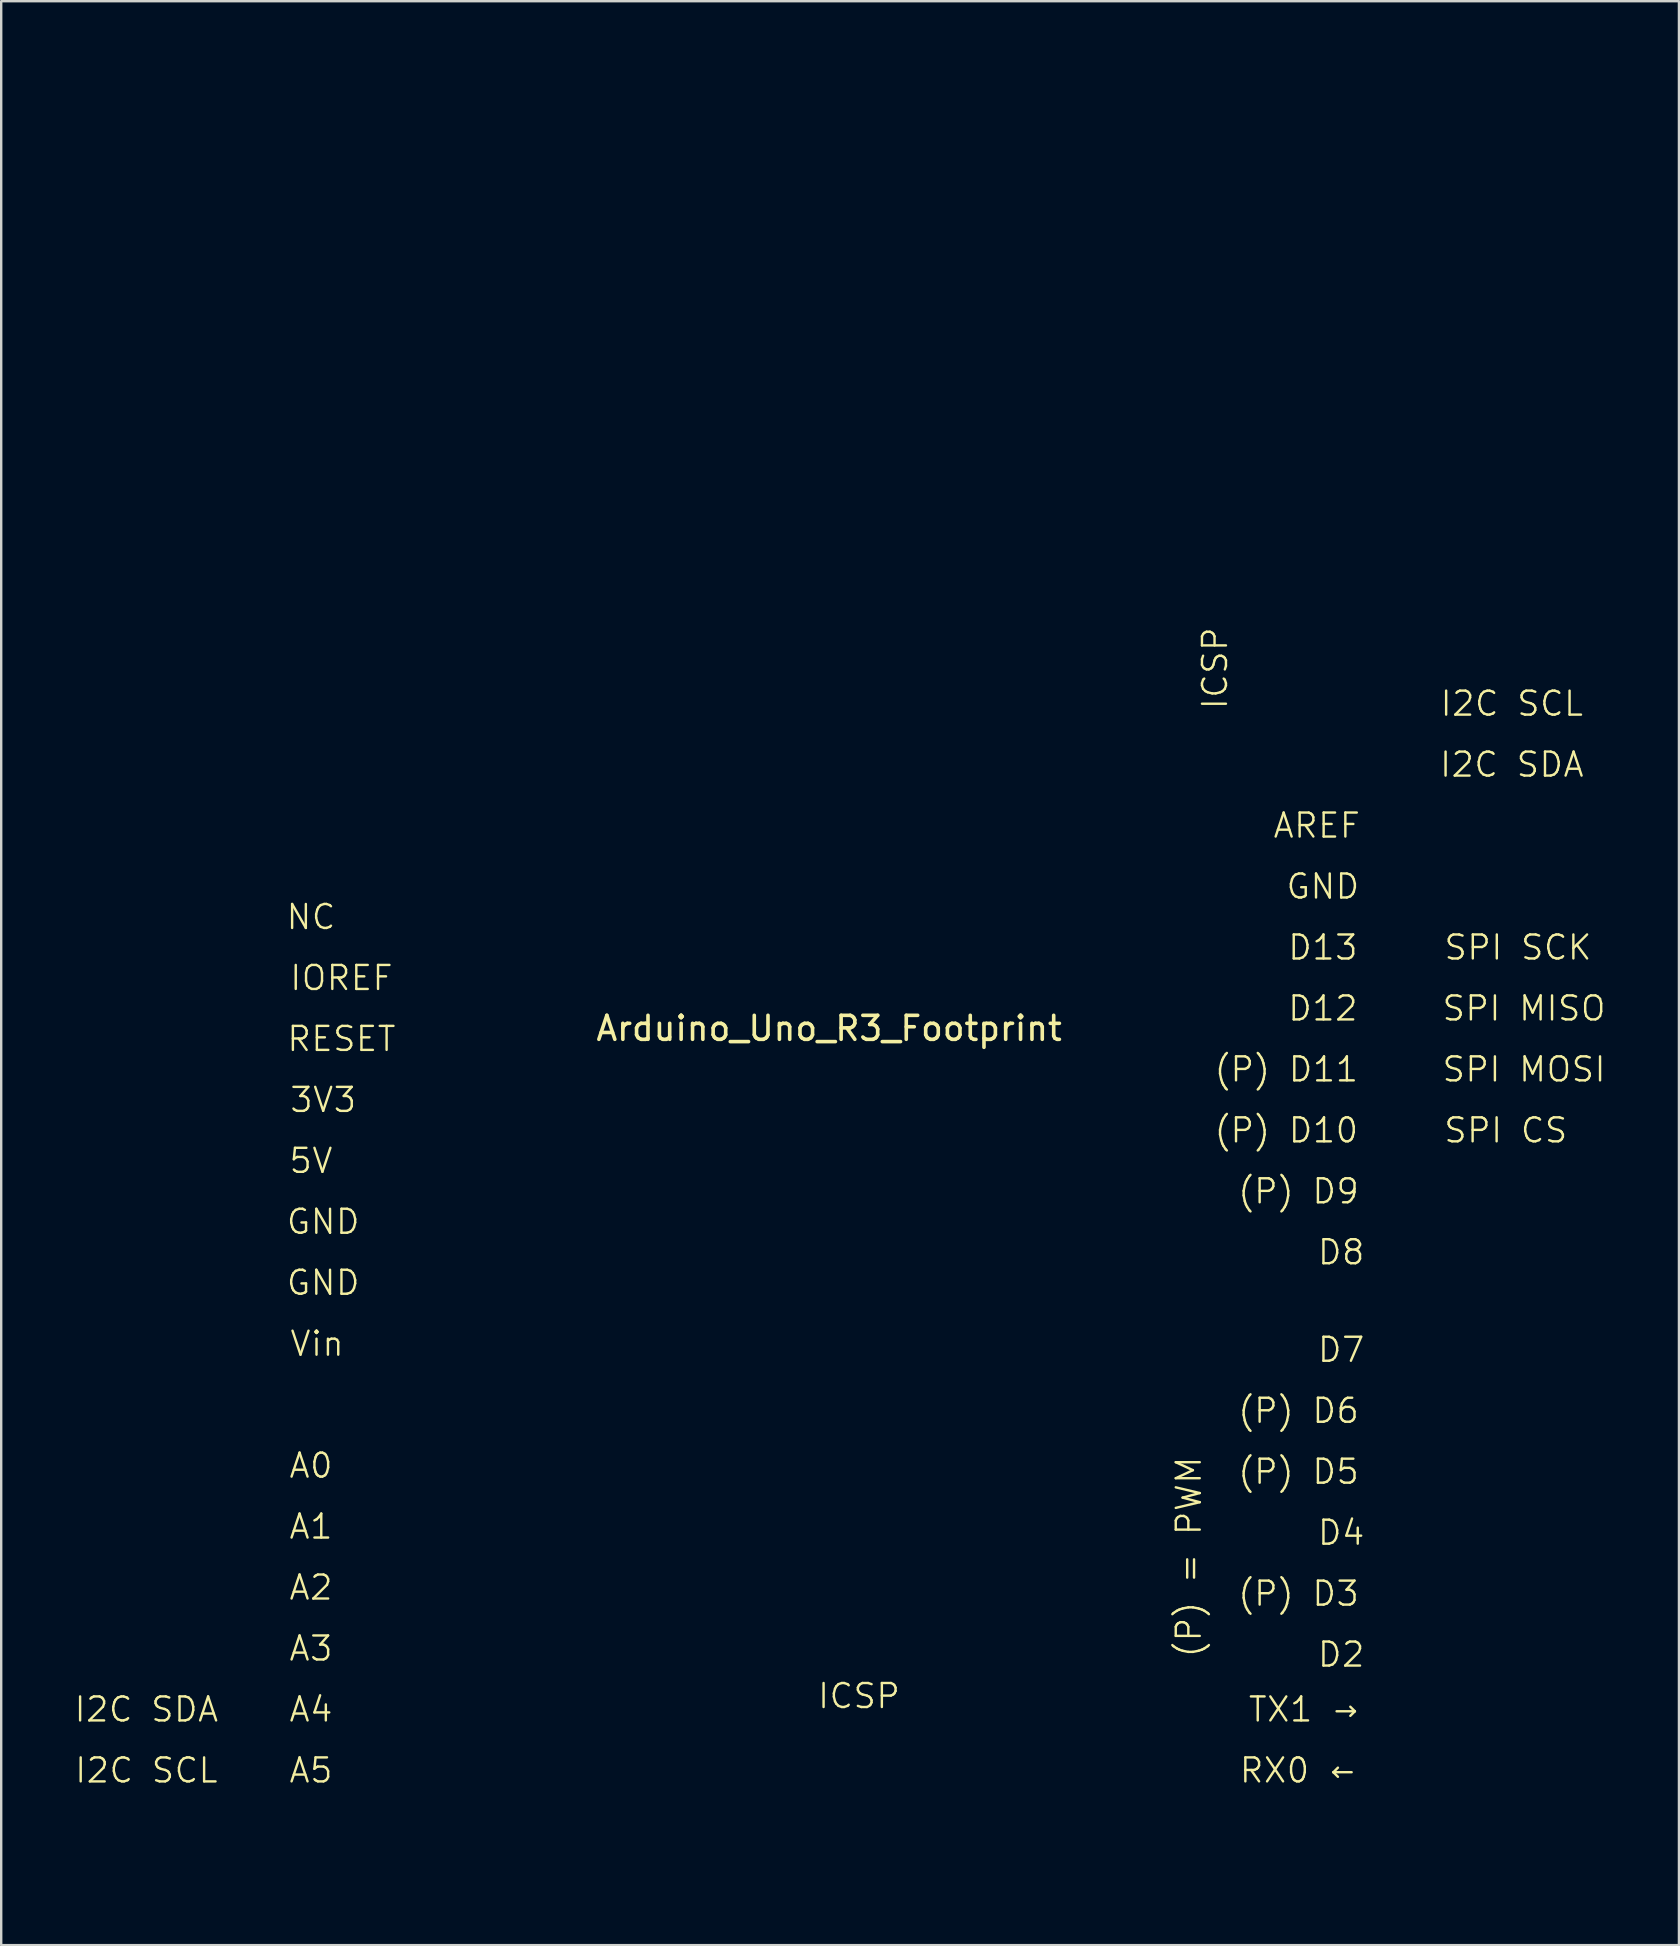
<source format=kicad_pcb>
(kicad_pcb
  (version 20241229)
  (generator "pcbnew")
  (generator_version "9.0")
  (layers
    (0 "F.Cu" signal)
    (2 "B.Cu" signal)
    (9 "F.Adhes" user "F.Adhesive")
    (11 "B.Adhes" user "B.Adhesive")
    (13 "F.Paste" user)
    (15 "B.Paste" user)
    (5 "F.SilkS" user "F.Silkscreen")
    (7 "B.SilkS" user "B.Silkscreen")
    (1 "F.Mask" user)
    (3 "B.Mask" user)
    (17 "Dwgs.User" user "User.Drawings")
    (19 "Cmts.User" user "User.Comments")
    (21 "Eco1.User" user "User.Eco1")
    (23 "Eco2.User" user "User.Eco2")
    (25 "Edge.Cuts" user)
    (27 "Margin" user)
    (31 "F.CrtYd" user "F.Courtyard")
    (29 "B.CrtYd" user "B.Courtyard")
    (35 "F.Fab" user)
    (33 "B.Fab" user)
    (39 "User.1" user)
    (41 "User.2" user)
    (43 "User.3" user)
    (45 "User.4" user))
  (footprint "Arduino_Uno_R3_Footprint"
    (layer "F.Cu")
    (at 31.498 41.001)
    (property "Reference" "Arduino_Uno_R3_Footprint" (at 0 -1.2 0) (layer "F.SilkS") (effects (font (size 1 1) (thickness 0.15))))
    (attr through_hole)
    (fp_line (start -26.5 -34) (end -22.7 -34) (stroke (width 0.001) (type solid)) (layer "F.SilkS"))
    (fp_line (start -26.5 26.35) (end -26.5 -34) (stroke (width 0.001) (type solid)) (layer "F.SilkS"))
    (fp_line (start -26.5 31.5) (end -26.5 30.35) (stroke (width 0.001) (type solid)) (layer "F.SilkS"))
    (fp_line (start -25.222 -7.315) (end -25.222 13.005) (stroke (width 0.001) (type solid)) (layer "F.SilkS"))
    (fp_line (start -25.222 13.005) (end -22.682 13.005) (stroke (width 0.001) (type solid)) (layer "F.SilkS"))
    (fp_line (start -25.222 15.545) (end -25.222 30.785) (stroke (width 0.001) (type solid)) (layer "F.SilkS"))
    (fp_line (start -25.222 30.785) (end -22.682 30.785) (stroke (width 0.001) (type solid)) (layer "F.SilkS"))
    (fp_line (start -24.5 31.5) (end -26.5 31.5) (stroke (width 0.001) (type solid)) (layer "F.SilkS"))
    (fp_line (start -24.5 31.5) (end -22.05 34) (stroke (width 0.001) (type solid)) (layer "F.SilkS"))
    (fp_line (start -22.7 -36) (end -22.7 -22) (stroke (width 0.001) (type solid)) (layer "F.SilkS"))
    (fp_line (start -22.7 -22) (end -13.8 -22) (stroke (width 0.001) (type solid)) (layer "F.SilkS"))
    (fp_line (start -22.682 -7.315) (end -25.222 -7.315) (stroke (width 0.001) (type solid)) (layer "F.SilkS"))
    (fp_line (start -22.682 13.005) (end -22.682 -7.315) (stroke (width 0.001) (type solid)) (layer "F.SilkS"))
    (fp_line (start -22.682 15.545) (end -25.222 15.545) (stroke (width 0.001) (type solid)) (layer "F.SilkS"))
    (fp_line (start -22.682 30.785) (end -22.682 15.545) (stroke (width 0.001) (type solid)) (layer "F.SilkS"))
    (fp_line (start -22.05 34) (end 10.95 34) (stroke (width 0.001) (type solid)) (layer "F.SilkS"))
    (fp_line (start -13.8 -36) (end -22.7 -36) (stroke (width 0.001) (type solid)) (layer "F.SilkS"))
    (fp_line (start -13.8 -34) (end 5.6 -34) (stroke (width 0.001) (type solid)) (layer "F.SilkS"))
    (fp_line (start -13.8 -22) (end -13.8 -36) (stroke (width 0.001) (type solid)) (layer "F.SilkS"))
    (fp_line (start -2.565 28.143) (end -2.311 27.889) (stroke (width 0.001) (type solid)) (layer "F.SilkS"))
    (fp_line (start -2.565 32.715) (end -2.565 28.143) (stroke (width 0.001) (type solid)) (layer "F.SilkS"))
    (fp_line (start -2.565 32.715) (end -2.311 32.969) (stroke (width 0.001) (type solid)) (layer "F.SilkS"))
    (fp_line (start -2.311 27.889) (end -0.279 27.889) (stroke (width 0.001) (type solid)) (layer "F.SilkS"))
    (fp_line (start -1.549 28.905) (end -1.549 29.413) (stroke (width 0.001) (type solid)) (layer "F.SilkS"))
    (fp_line (start -1.549 28.905) (end -1.041 29.413) (stroke (width 0.001) (type solid)) (layer "F.SilkS"))
    (fp_line (start -1.549 29.413) (end -1.041 29.413) (stroke (width 0.001) (type solid)) (layer "F.SilkS"))
    (fp_line (start -1.549 31.445) (end -1.549 31.953) (stroke (width 0.001) (type solid)) (layer "F.SilkS"))
    (fp_line (start -1.549 31.953) (end -1.524 31.953) (stroke (width 0.001) (type solid)) (layer "F.SilkS"))
    (fp_line (start -1.524 31.445) (end -1.549 31.445) (stroke (width 0.001) (type solid)) (layer "F.SilkS"))
    (fp_line (start -1.524 31.445) (end -1.295 31.445) (stroke (width 0.001) (type solid)) (layer "F.SilkS"))
    (fp_line (start -1.295 31.445) (end -1.041 31.445) (stroke (width 0.001) (type solid)) (layer "F.SilkS"))
    (fp_line (start -1.041 28.905) (end -1.549 28.905) (stroke (width 0.001) (type solid)) (layer "F.SilkS"))
    (fp_line (start -1.041 28.905) (end -1.549 29.413) (stroke (width 0.001) (type solid)) (layer "F.SilkS"))
    (fp_line (start -1.041 29.159) (end -1.041 28.905) (stroke (width 0.001) (type solid)) (layer "F.SilkS"))
    (fp_line (start -1.041 29.413) (end -1.041 29.159) (stroke (width 0.001) (type solid)) (layer "F.SilkS"))
    (fp_line (start -1.041 31.445) (end -1.549 31.953) (stroke (width 0.001) (type solid)) (layer "F.SilkS"))
    (fp_line (start -1.041 31.445) (end -1.041 31.953) (stroke (width 0.001) (type solid)) (layer "F.SilkS"))
    (fp_line (start -1.041 31.953) (end -1.549 31.445) (stroke (width 0.001) (type solid)) (layer "F.SilkS"))
    (fp_line (start -1.041 31.953) (end -1.524 31.953) (stroke (width 0.001) (type solid)) (layer "F.SilkS"))
    (fp_line (start -0.279 27.889) (end -0.025 28.143) (stroke (width 0.001) (type solid)) (layer "F.SilkS"))
    (fp_line (start -0.279 32.969) (end -2.311 32.969) (stroke (width 0.001) (type solid)) (layer "F.SilkS"))
    (fp_line (start -0.025 28.143) (end -0.025 32.715) (stroke (width 0.001) (type solid)) (layer "F.SilkS"))
    (fp_line (start -0.025 28.143) (end 0.229 27.889) (stroke (width 0.001) (type solid)) (layer "F.SilkS"))
    (fp_line (start -0.025 32.715) (end -0.279 32.969) (stroke (width 0.001) (type solid)) (layer "F.SilkS"))
    (fp_line (start -0.025 32.715) (end 0.229 32.969) (stroke (width 0.001) (type solid)) (layer "F.SilkS"))
    (fp_line (start 0.229 27.889) (end 2.261 27.889) (stroke (width 0.001) (type solid)) (layer "F.SilkS"))
    (fp_line (start 0.991 28.905) (end 1.245 28.905) (stroke (width 0.001) (type solid)) (layer "F.SilkS"))
    (fp_line (start 0.991 28.905) (end 1.499 29.413) (stroke (width 0.001) (type solid)) (layer "F.SilkS"))
    (fp_line (start 0.991 29.413) (end 0.991 28.905) (stroke (width 0.001) (type solid)) (layer "F.SilkS"))
    (fp_line (start 0.991 31.445) (end 1.245 31.445) (stroke (width 0.001) (type solid)) (layer "F.SilkS"))
    (fp_line (start 0.991 31.445) (end 1.499 31.953) (stroke (width 0.001) (type solid)) (layer "F.SilkS"))
    (fp_line (start 0.991 31.953) (end 0.991 31.445) (stroke (width 0.001) (type solid)) (layer "F.SilkS"))
    (fp_line (start 1.245 28.905) (end 1.499 28.905) (stroke (width 0.001) (type solid)) (layer "F.SilkS"))
    (fp_line (start 1.245 31.445) (end 1.499 31.445) (stroke (width 0.001) (type solid)) (layer "F.SilkS"))
    (fp_line (start 1.499 28.905) (end 0.991 29.413) (stroke (width 0.001) (type solid)) (layer "F.SilkS"))
    (fp_line (start 1.499 28.905) (end 1.499 29.413) (stroke (width 0.001) (type solid)) (layer "F.SilkS"))
    (fp_line (start 1.499 29.413) (end 0.991 29.413) (stroke (width 0.001) (type solid)) (layer "F.SilkS"))
    (fp_line (start 1.499 31.445) (end 0.991 31.953) (stroke (width 0.001) (type solid)) (layer "F.SilkS"))
    (fp_line (start 1.499 31.445) (end 1.499 31.953) (stroke (width 0.001) (type solid)) (layer "F.SilkS"))
    (fp_line (start 1.499 31.953) (end 0.991 31.953) (stroke (width 0.001) (type solid)) (layer "F.SilkS"))
    (fp_line (start 2.261 32.969) (end 0.229 32.969) (stroke (width 0.001) (type solid)) (layer "F.SilkS"))
    (fp_line (start 2.261 32.969) (end 2.515 32.715) (stroke (width 0.001) (type solid)) (layer "F.SilkS"))
    (fp_line (start 2.515 28.143) (end 2.261 27.889) (stroke (width 0.001) (type solid)) (layer "F.SilkS"))
    (fp_line (start 2.515 28.143) (end 2.769 27.889) (stroke (width 0.001) (type solid)) (layer "F.SilkS"))
    (fp_line (start 2.515 32.715) (end 2.515 28.143) (stroke (width 0.001) (type solid)) (layer "F.SilkS"))
    (fp_line (start 2.515 32.715) (end 2.769 32.969) (stroke (width 0.001) (type solid)) (layer "F.SilkS"))
    (fp_line (start 2.769 27.889) (end 4.801 27.889) (stroke (width 0.001) (type solid)) (layer "F.SilkS"))
    (fp_line (start 3.531 31.445) (end 3.785 31.445) (stroke (width 0.001) (type solid)) (layer "F.SilkS"))
    (fp_line (start 3.531 31.953) (end 3.531 31.445) (stroke (width 0.001) (type solid)) (layer "F.SilkS"))
    (fp_line (start 3.785 31.445) (end 4.039 31.445) (stroke (width 0.001) (type solid)) (layer "F.SilkS"))
    (fp_line (start 4.039 31.445) (end 3.531 31.953) (stroke (width 0.001) (type solid)) (layer "F.SilkS"))
    (fp_line (start 4.039 31.445) (end 4.039 31.953) (stroke (width 0.001) (type solid)) (layer "F.SilkS"))
    (fp_line (start 4.039 31.953) (end 3.531 31.445) (stroke (width 0.001) (type solid)) (layer "F.SilkS"))
    (fp_line (start 4.039 31.953) (end 3.531 31.953) (stroke (width 0.001) (type solid)) (layer "F.SilkS"))
    (fp_line (start 4.801 32.969) (end 2.769 32.969) (stroke (width 0.001) (type solid)) (layer "F.SilkS"))
    (fp_line (start 4.801 32.969) (end 5.055 32.715) (stroke (width 0.001) (type solid)) (layer "F.SilkS"))
    (fp_line (start 5.055 28.143) (end 4.801 27.889) (stroke (width 0.001) (type solid)) (layer "F.SilkS"))
    (fp_line (start 5.055 28.143) (end 5.055 32.715) (stroke (width 0.001) (type solid)) (layer "F.SilkS"))
    (fp_line (start 5.6 -41) (end 5.6 -24.7) (stroke (width 0.001) (type solid)) (layer "F.SilkS"))
    (fp_line (start 5.6 -24.7) (end 17.8 -24.7) (stroke (width 0.001) (type solid)) (layer "F.SilkS"))
    (fp_line (start 10.95 34) (end 13.4 31.5) (stroke (width 0.001) (type solid)) (layer "F.SilkS"))
    (fp_line (start 13.4 31.5) (end 24.9 31.5) (stroke (width 0.001) (type solid)) (layer "F.SilkS"))
    (fp_line (start 17.348 -19.761) (end 17.348 -17.729) (stroke (width 0.001) (type solid)) (layer "F.SilkS"))
    (fp_line (start 17.348 -19.761) (end 17.602 -20.015) (stroke (width 0.001) (type solid)) (layer "F.SilkS"))
    (fp_line (start 17.348 -17.221) (end 17.348 -15.189) (stroke (width 0.001) (type solid)) (layer "F.SilkS"))
    (fp_line (start 17.348 -17.221) (end 17.602 -17.475) (stroke (width 0.001) (type solid)) (layer "F.SilkS"))
    (fp_line (start 17.348 -14.681) (end 17.348 -12.649) (stroke (width 0.001) (type solid)) (layer "F.SilkS"))
    (fp_line (start 17.348 -14.681) (end 17.602 -14.935) (stroke (width 0.001) (type solid)) (layer "F.SilkS"))
    (fp_line (start 17.602 -20.015) (end 17.628 -20.015) (stroke (width 0.001) (type solid)) (layer "F.SilkS"))
    (fp_line (start 17.602 -17.475) (end 17.348 -17.729) (stroke (width 0.001) (type solid)) (layer "F.SilkS"))
    (fp_line (start 17.602 -17.475) (end 22.174 -17.475) (stroke (width 0.001) (type solid)) (layer "F.SilkS"))
    (fp_line (start 17.602 -14.935) (end 17.348 -15.189) (stroke (width 0.001) (type solid)) (layer "F.SilkS"))
    (fp_line (start 17.602 -12.395) (end 17.348 -12.649) (stroke (width 0.001) (type solid)) (layer "F.SilkS"))
    (fp_line (start 17.602 -12.395) (end 22.174 -12.395) (stroke (width 0.001) (type solid)) (layer "F.SilkS"))
    (fp_line (start 17.8 -41) (end 5.6 -41) (stroke (width 0.001) (type solid)) (layer "F.SilkS"))
    (fp_line (start 17.8 -24.7) (end 17.8 -41) (stroke (width 0.001) (type solid)) (layer "F.SilkS"))
    (fp_line (start 18.364 -18.999) (end 18.364 -18.491) (stroke (width 0.001) (type solid)) (layer "F.SilkS"))
    (fp_line (start 18.364 -18.491) (end 18.872 -18.491) (stroke (width 0.001) (type solid)) (layer "F.SilkS"))
    (fp_line (start 18.364 -16.459) (end 18.364 -15.951) (stroke (width 0.001) (type solid)) (layer "F.SilkS"))
    (fp_line (start 18.364 -15.951) (end 18.872 -15.951) (stroke (width 0.001) (type solid)) (layer "F.SilkS"))
    (fp_line (start 18.364 -13.919) (end 18.364 -13.411) (stroke (width 0.001) (type solid)) (layer "F.SilkS"))
    (fp_line (start 18.364 -13.411) (end 18.872 -13.411) (stroke (width 0.001) (type solid)) (layer "F.SilkS"))
    (fp_line (start 18.872 -18.999) (end 18.364 -18.999) (stroke (width 0.001) (type solid)) (layer "F.SilkS"))
    (fp_line (start 18.872 -18.999) (end 18.364 -18.491) (stroke (width 0.001) (type solid)) (layer "F.SilkS"))
    (fp_line (start 18.872 -18.745) (end 18.872 -18.999) (stroke (width 0.001) (type solid)) (layer "F.SilkS"))
    (fp_line (start 18.872 -18.491) (end 18.364 -18.999) (stroke (width 0.001) (type solid)) (layer "F.SilkS"))
    (fp_line (start 18.872 -18.491) (end 18.872 -18.745) (stroke (width 0.001) (type solid)) (layer "F.SilkS"))
    (fp_line (start 18.872 -16.459) (end 18.364 -16.459) (stroke (width 0.001) (type solid)) (layer "F.SilkS"))
    (fp_line (start 18.872 -16.459) (end 18.364 -15.951) (stroke (width 0.001) (type solid)) (layer "F.SilkS"))
    (fp_line (start 18.872 -16.205) (end 18.872 -16.459) (stroke (width 0.001) (type solid)) (layer "F.SilkS"))
    (fp_line (start 18.872 -15.951) (end 18.364 -16.459) (stroke (width 0.001) (type solid)) (layer "F.SilkS"))
    (fp_line (start 18.872 -15.951) (end 18.872 -16.205) (stroke (width 0.001) (type solid)) (layer "F.SilkS"))
    (fp_line (start 18.872 -13.919) (end 18.364 -13.919) (stroke (width 0.001) (type solid)) (layer "F.SilkS"))
    (fp_line (start 18.872 -13.919) (end 18.364 -13.411) (stroke (width 0.001) (type solid)) (layer "F.SilkS"))
    (fp_line (start 18.872 -13.665) (end 18.872 -13.919) (stroke (width 0.001) (type solid)) (layer "F.SilkS"))
    (fp_line (start 18.872 -13.411) (end 18.364 -13.919) (stroke (width 0.001) (type solid)) (layer "F.SilkS"))
    (fp_line (start 18.872 -13.411) (end 18.872 -13.665) (stroke (width 0.001) (type solid)) (layer "F.SilkS"))
    (fp_line (start 20.904 -18.999) (end 20.904 -18.491) (stroke (width 0.001) (type solid)) (layer "F.SilkS"))
    (fp_line (start 20.904 -18.491) (end 21.412 -18.491) (stroke (width 0.001) (type solid)) (layer "F.SilkS"))
    (fp_line (start 20.904 -16.459) (end 21.412 -16.459) (stroke (width 0.001) (type solid)) (layer "F.SilkS"))
    (fp_line (start 20.904 -15.951) (end 20.904 -16.459) (stroke (width 0.001) (type solid)) (layer "F.SilkS"))
    (fp_line (start 21.412 -18.999) (end 20.904 -18.999) (stroke (width 0.001) (type solid)) (layer "F.SilkS"))
    (fp_line (start 21.412 -18.999) (end 20.904 -18.491) (stroke (width 0.001) (type solid)) (layer "F.SilkS"))
    (fp_line (start 21.412 -18.745) (end 21.412 -18.999) (stroke (width 0.001) (type solid)) (layer "F.SilkS"))
    (fp_line (start 21.412 -18.491) (end 20.904 -18.999) (stroke (width 0.001) (type solid)) (layer "F.SilkS"))
    (fp_line (start 21.412 -18.491) (end 21.412 -18.745) (stroke (width 0.001) (type solid)) (layer "F.SilkS"))
    (fp_line (start 21.412 -16.459) (end 20.904 -15.951) (stroke (width 0.001) (type solid)) (layer "F.SilkS"))
    (fp_line (start 21.412 -16.459) (end 21.412 -16.205) (stroke (width 0.001) (type solid)) (layer "F.SilkS"))
    (fp_line (start 21.412 -16.205) (end 21.412 -15.951) (stroke (width 0.001) (type solid)) (layer "F.SilkS"))
    (fp_line (start 21.412 -15.951) (end 20.904 -16.459) (stroke (width 0.001) (type solid)) (layer "F.SilkS"))
    (fp_line (start 21.412 -15.951) (end 20.904 -15.951) (stroke (width 0.001) (type solid)) (layer "F.SilkS"))
    (fp_line (start 22.174 -20.015) (end 17.602 -20.015) (stroke (width 0.001) (type solid)) (layer "F.SilkS"))
    (fp_line (start 22.174 -17.475) (end 22.428 -17.221) (stroke (width 0.001) (type solid)) (layer "F.SilkS"))
    (fp_line (start 22.174 -14.935) (end 17.602 -14.935) (stroke (width 0.001) (type solid)) (layer "F.SilkS"))
    (fp_line (start 22.174 -14.935) (end 22.428 -14.681) (stroke (width 0.001) (type solid)) (layer "F.SilkS"))
    (fp_line (start 22.428 -19.761) (end 22.174 -20.015) (stroke (width 0.001) (type solid)) (layer "F.SilkS"))
    (fp_line (start 22.428 -17.729) (end 22.174 -17.475) (stroke (width 0.001) (type solid)) (layer "F.SilkS"))
    (fp_line (start 22.428 -17.729) (end 22.428 -19.761) (stroke (width 0.001) (type solid)) (layer "F.SilkS"))
    (fp_line (start 22.428 -15.189) (end 22.174 -14.935) (stroke (width 0.001) (type solid)) (layer "F.SilkS"))
    (fp_line (start 22.428 -15.189) (end 22.428 -17.221) (stroke (width 0.001) (type solid)) (layer "F.SilkS"))
    (fp_line (start 22.428 -12.649) (end 22.174 -12.395) (stroke (width 0.001) (type solid)) (layer "F.SilkS"))
    (fp_line (start 22.428 -12.649) (end 22.428 -14.681) (stroke (width 0.001) (type solid)) (layer "F.SilkS"))
    (fp_line (start 22.606 -16.129) (end 25.146 -16.129) (stroke (width 0.001) (type solid)) (layer "F.SilkS"))
    (fp_line (start 22.606 9.271) (end 22.606 -16.129) (stroke (width 0.001) (type solid)) (layer "F.SilkS"))
    (fp_line (start 22.606 9.271) (end 25.146 9.271) (stroke (width 0.001) (type solid)) (layer "F.SilkS"))
    (fp_line (start 22.606 10.541) (end 25.146 10.541) (stroke (width 0.001) (type solid)) (layer "F.SilkS"))
    (fp_line (start 22.606 30.861) (end 22.606 10.541) (stroke (width 0.001) (type solid)) (layer "F.SilkS"))
    (fp_line (start 24.9 31.5) (end 26.5 30.3) (stroke (width 0.001) (type solid)) (layer "F.SilkS"))
    (fp_line (start 25.146 -16.129) (end 25.146 9.271) (stroke (width 0.001) (type solid)) (layer "F.SilkS"))
    (fp_line (start 25.146 10.541) (end 25.146 30.861) (stroke (width 0.001) (type solid)) (layer "F.SilkS"))
    (fp_line (start 25.146 30.861) (end 22.606 30.861) (stroke (width 0.001) (type solid)) (layer "F.SilkS"))
    (fp_line (start 26.5 -34) (end 17.8 -34) (stroke (width 0.001) (type solid)) (layer "F.SilkS"))
    (fp_line (start 26.5 -34) (end 26.5 -15.675) (stroke (width 0.001) (type solid)) (layer "F.SilkS"))
    (fp_line (start 26.5 -11.35) (end 26.5 -5.475) (stroke (width 0.001) (type solid)) (layer "F.SilkS"))
    (fp_line (start 26.5 3.925) (end 26.5 30.3) (stroke (width 0.001) (type solid)) (layer "F.SilkS"))
    (fp_circle (center -23.98 -20.28) (end -22.36 -20.28) (stroke (width 0.001) (type solid)) (fill no) (layer "F.SilkS"))
    (fp_circle (center -23.952 -6.045) (end -23.19 -6.045) (stroke (width 0.001) (type solid)) (fill no) (layer "F.SilkS"))
    (fp_circle (center -23.952 -3.505) (end -23.19 -3.505) (stroke (width 0.001) (type solid)) (fill no) (layer "F.SilkS"))
    (fp_circle (center -23.952 -0.965) (end -23.19 -0.965) (stroke (width 0.001) (type solid)) (fill no) (layer "F.SilkS"))
    (fp_circle (center -23.952 1.575) (end -23.19 1.575) (stroke (width 0.001) (type solid)) (fill no) (layer "F.SilkS"))
    (fp_circle (center -23.952 4.115) (end -23.19 4.115) (stroke (width 0.001) (type solid)) (fill no) (layer "F.SilkS"))
    (fp_circle (center -23.952 6.655) (end -23.19 6.655) (stroke (width 0.001) (type solid)) (fill no) (layer "F.SilkS"))
    (fp_circle (center -23.952 9.195) (end -23.19 9.195) (stroke (width 0.001) (type solid)) (fill no) (layer "F.SilkS"))
    (fp_circle (center -23.952 11.735) (end -23.19 11.735) (stroke (width 0.001) (type solid)) (fill no) (layer "F.SilkS"))
    (fp_circle (center -23.952 16.815) (end -23.19 16.815) (stroke (width 0.001) (type solid)) (fill no) (layer "F.SilkS"))
    (fp_circle (center -23.952 19.355) (end -23.19 19.355) (stroke (width 0.001) (type solid)) (fill no) (layer "F.SilkS"))
    (fp_circle (center -23.952 21.895) (end -23.19 21.895) (stroke (width 0.001) (type solid)) (fill no) (layer "F.SilkS"))
    (fp_circle (center -23.952 24.435) (end -23.19 24.435) (stroke (width 0.001) (type solid)) (fill no) (layer "F.SilkS"))
    (fp_circle (center -23.952 26.975) (end -23.19 26.975) (stroke (width 0.001) (type solid)) (fill no) (layer "F.SilkS"))
    (fp_circle (center -23.952 29.515) (end -23.19 29.515) (stroke (width 0.001) (type solid)) (fill no) (layer "F.SilkS"))
    (fp_circle (center -18.88 31.53) (end -17.26 31.53) (stroke (width 0.001) (type solid)) (fill no) (layer "F.SilkS"))
    (fp_circle (center 3.785 29.159) (end 4.14 29.235) (stroke (width 0.001) (type solid)) (fill no) (layer "F.SilkS"))
    (fp_circle (center 9.11 31.53) (end 10.73 31.53) (stroke (width 0.001) (type solid)) (fill no) (layer "F.SilkS"))
    (fp_circle (center 21.158 -13.665) (end 21.514 -13.64) (stroke (width 0.001) (type solid)) (fill no) (layer "F.SilkS"))
    (fp_circle (center 23.876 -14.859) (end 24.638 -14.859) (stroke (width 0.001) (type solid)) (fill no) (layer "F.SilkS"))
    (fp_circle (center 23.876 -12.319) (end 24.638 -12.319) (stroke (width 0.001) (type solid)) (fill no) (layer "F.SilkS"))
    (fp_circle (center 23.876 -9.779) (end 24.638 -9.779) (stroke (width 0.001) (type solid)) (fill no) (layer "F.SilkS"))
    (fp_circle (center 23.876 -7.239) (end 24.638 -7.239) (stroke (width 0.001) (type solid)) (fill no) (layer "F.SilkS"))
    (fp_circle (center 23.876 -4.699) (end 24.638 -4.699) (stroke (width 0.001) (type solid)) (fill no) (layer "F.SilkS"))
    (fp_circle (center 23.876 -2.159) (end 24.638 -2.159) (stroke (width 0.001) (type solid)) (fill no) (layer "F.SilkS"))
    (fp_circle (center 23.876 0.381) (end 24.638 0.381) (stroke (width 0.001) (type solid)) (fill no) (layer "F.SilkS"))
    (fp_circle (center 23.876 2.921) (end 24.638 2.921) (stroke (width 0.001) (type solid)) (fill no) (layer "F.SilkS"))
    (fp_circle (center 23.876 5.461) (end 24.638 5.461) (stroke (width 0.001) (type solid)) (fill no) (layer "F.SilkS"))
    (fp_circle (center 23.876 8.001) (end 24.638 8.001) (stroke (width 0.001) (type solid)) (fill no) (layer "F.SilkS"))
    (fp_circle (center 23.876 11.811) (end 24.638 11.811) (stroke (width 0.001) (type solid)) (fill no) (layer "F.SilkS"))
    (fp_circle (center 23.876 14.351) (end 24.638 14.351) (stroke (width 0.001) (type solid)) (fill no) (layer "F.SilkS"))
    (fp_circle (center 23.876 16.891) (end 24.638 16.891) (stroke (width 0.001) (type solid)) (fill no) (layer "F.SilkS"))
    (fp_circle (center 23.876 19.431) (end 24.638 19.431) (stroke (width 0.001) (type solid)) (fill no) (layer "F.SilkS"))
    (fp_circle (center 23.876 21.971) (end 24.638 21.971) (stroke (width 0.001) (type solid)) (fill no) (layer "F.SilkS"))
    (fp_circle (center 23.876 24.511) (end 24.638 24.511) (stroke (width 0.001) (type solid)) (fill no) (layer "F.SilkS"))
    (fp_circle (center 23.876 27.051) (end 24.638 27.051) (stroke (width 0.001) (type solid)) (fill no) (layer "F.SilkS"))
    (fp_circle (center 23.876 29.591) (end 24.638 29.591) (stroke (width 0.001) (type solid)) (fill no) (layer "F.SilkS"))
    (fp_circle (center 24.28 -19.08) (end 25.9 -19.08) (stroke (width 0.001) (type solid)) (fill no) (layer "F.SilkS"))
    (fp_text user "IOREF" (at -20.32 -3.302 0) (layer "F.SilkS") (effects (font (size 1 1) (thickness 0.1))))
    (fp_text user "(P) D6" (at 19.558 14.732 0) (layer "F.SilkS") (effects (font (size 1 1) (thickness 0.1))))
    (fp_text user "(P) D3" (at 19.558 22.352 0) (layer "F.SilkS") (effects (font (size 1 1) (thickness 0.1))))
    (fp_text user "A5" (at -21.59 29.718 0) (layer "F.SilkS") (effects (font (size 1 1) (thickness 0.1))))
    (fp_text user "I2C SCL" (at 28.448 -14.732 0) (layer "F.SilkS") (effects (font (size 1 1) (thickness 0.1))))
    (fp_text user "NC" (at -21.59 -5.842 0) (layer "F.SilkS") (effects (font (size 1 1) (thickness 0.1))))
    (fp_text user "ICSP" (at 16.078 -16.205 90) (layer "F.SilkS") (effects (font (size 1 1) (thickness 0.1))))
    (fp_text user "D7" (at 21.336 12.192 0) (layer "F.SilkS") (effects (font (size 1 1) (thickness 0.1))))
    (fp_text user "(P) D10" (at 19.05 3.048 0) (layer "F.SilkS") (effects (font (size 1 1) (thickness 0.1))))
    (fp_text user "SPI MOSI" (at 28.956 0.508 0) (layer "F.SilkS") (effects (font (size 1 1) (thickness 0.1))))
    (fp_text user "I2C SCL" (at -28.448 29.718 0) (layer "F.SilkS") (effects (font (size 1 1) (thickness 0.1))))
    (fp_text user "GND" (at -21.082 9.398 0) (layer "F.SilkS") (effects (font (size 1 1) (thickness 0.1))))
    (fp_text user "D12" (at 20.574 -2.032 0) (layer "F.SilkS") (effects (font (size 1 1) (thickness 0.1))))
    (fp_text user "SPI MISO" (at 28.956 -2.032 0) (layer "F.SilkS") (effects (font (size 1 1) (thickness 0.1))))
    (fp_text user "SPI SCK" (at 28.702 -4.572 0) (layer "F.SilkS") (effects (font (size 1 1) (thickness 0.1))))
    (fp_text user "GND" (at 20.574 -7.112 0) (layer "F.SilkS") (effects (font (size 1 1) (thickness 0.1))))
    (fp_text user "GND" (at -21.082 6.858 0) (layer "F.SilkS") (effects (font (size 1 1) (thickness 0.1))))
    (fp_text user "A4" (at -21.59 27.178 0) (layer "F.SilkS") (effects (font (size 1 1) (thickness 0.1))))
    (fp_text user "3V3" (at -21.082 1.778 0) (layer "F.SilkS") (effects (font (size 1 1) (thickness 0.1))))
    (fp_text user "I2C SDA" (at -28.448 27.178 0) (layer "F.SilkS") (effects (font (size 1 1) (thickness 0.1))))
    (fp_text user "A0" (at -21.59 17.018 0) (layer "F.SilkS") (effects (font (size 1 1) (thickness 0.1))))
    (fp_text user "(P) = PWM" (at 14.986 20.828 90) (layer "F.SilkS") (effects (font (size 1 1) (thickness 0.1))))
    (fp_text user "D13" (at 20.574 -4.572 0) (layer "F.SilkS") (effects (font (size 1 1) (thickness 0.1))))
    (fp_text user "D8" (at 21.336 8.128 0) (layer "F.SilkS") (effects (font (size 1 1) (thickness 0.1))))
    (fp_text user "Vin" (at -21.336 11.938 0) (layer "F.SilkS") (effects (font (size 1 1) (thickness 0.1))))
    (fp_text user "(P) D5" (at 19.558 17.272 0) (layer "F.SilkS") (effects (font (size 1 1) (thickness 0.1))))
    (fp_text user "ICSP" (at 1.245 26.619 0) (layer "F.SilkS") (effects (font (size 1 1) (thickness 0.1))))
    (fp_text user "A2" (at -21.59 22.098 0) (layer "F.SilkS") (effects (font (size 1 1) (thickness 0.1))))
    (fp_text user "I2C SDA" (at 28.448 -12.192 0) (layer "F.SilkS") (effects (font (size 1 1) (thickness 0.1))))
    (fp_text user "RX0 ←" (at 19.558 29.718 0) (layer "F.SilkS") (effects (font (size 1 1) (thickness 0.1))))
    (fp_text user "D4" (at 21.336 19.812 0) (layer "F.SilkS") (effects (font (size 1 1) (thickness 0.1))))
    (fp_text user "RESET" (at -20.32 -0.762 0) (layer "F.SilkS") (effects (font (size 1 1) (thickness 0.1))))
    (fp_text user "D2" (at 21.336 24.892 0) (layer "F.SilkS") (effects (font (size 1 1) (thickness 0.1))))
    (fp_text user "SPI CS" (at 28.194 3.048 0) (layer "F.SilkS") (effects (font (size 1 1) (thickness 0.1))))
    (fp_text user "A1" (at -21.59 19.558 0) (layer "F.SilkS") (effects (font (size 1 1) (thickness 0.1))))
    (fp_text user "(P) D9" (at 19.558 5.588 0) (layer "F.SilkS") (effects (font (size 1 1) (thickness 0.1))))
    (fp_text user "AREF" (at 20.32 -9.652 0) (layer "F.SilkS") (effects (font (size 1 1) (thickness 0.1))))
    (fp_text user "5V" (at -21.59 4.318 0) (layer "F.SilkS") (effects (font (size 1 1) (thickness 0.1))))
    (fp_text user "A3" (at -21.59 24.638 0) (layer "F.SilkS") (effects (font (size 1 1) (thickness 0.1))))
    (fp_text user "(P) D11" (at 19.05 0.508 0) (layer "F.SilkS") (effects (font (size 1 1) (thickness 0.1))))
    (fp_text user "TX1 →" (at 19.812 27.178 0) (layer "F.SilkS") (effects (font (size 1 1) (thickness 0.1)))))
  (gr_rect
    (start -3 -3)
    (end 66.909 78.001)
    (stroke (width 0.1) (type default))
    (fill no)
    (layer "Edge.Cuts")))
</source>
